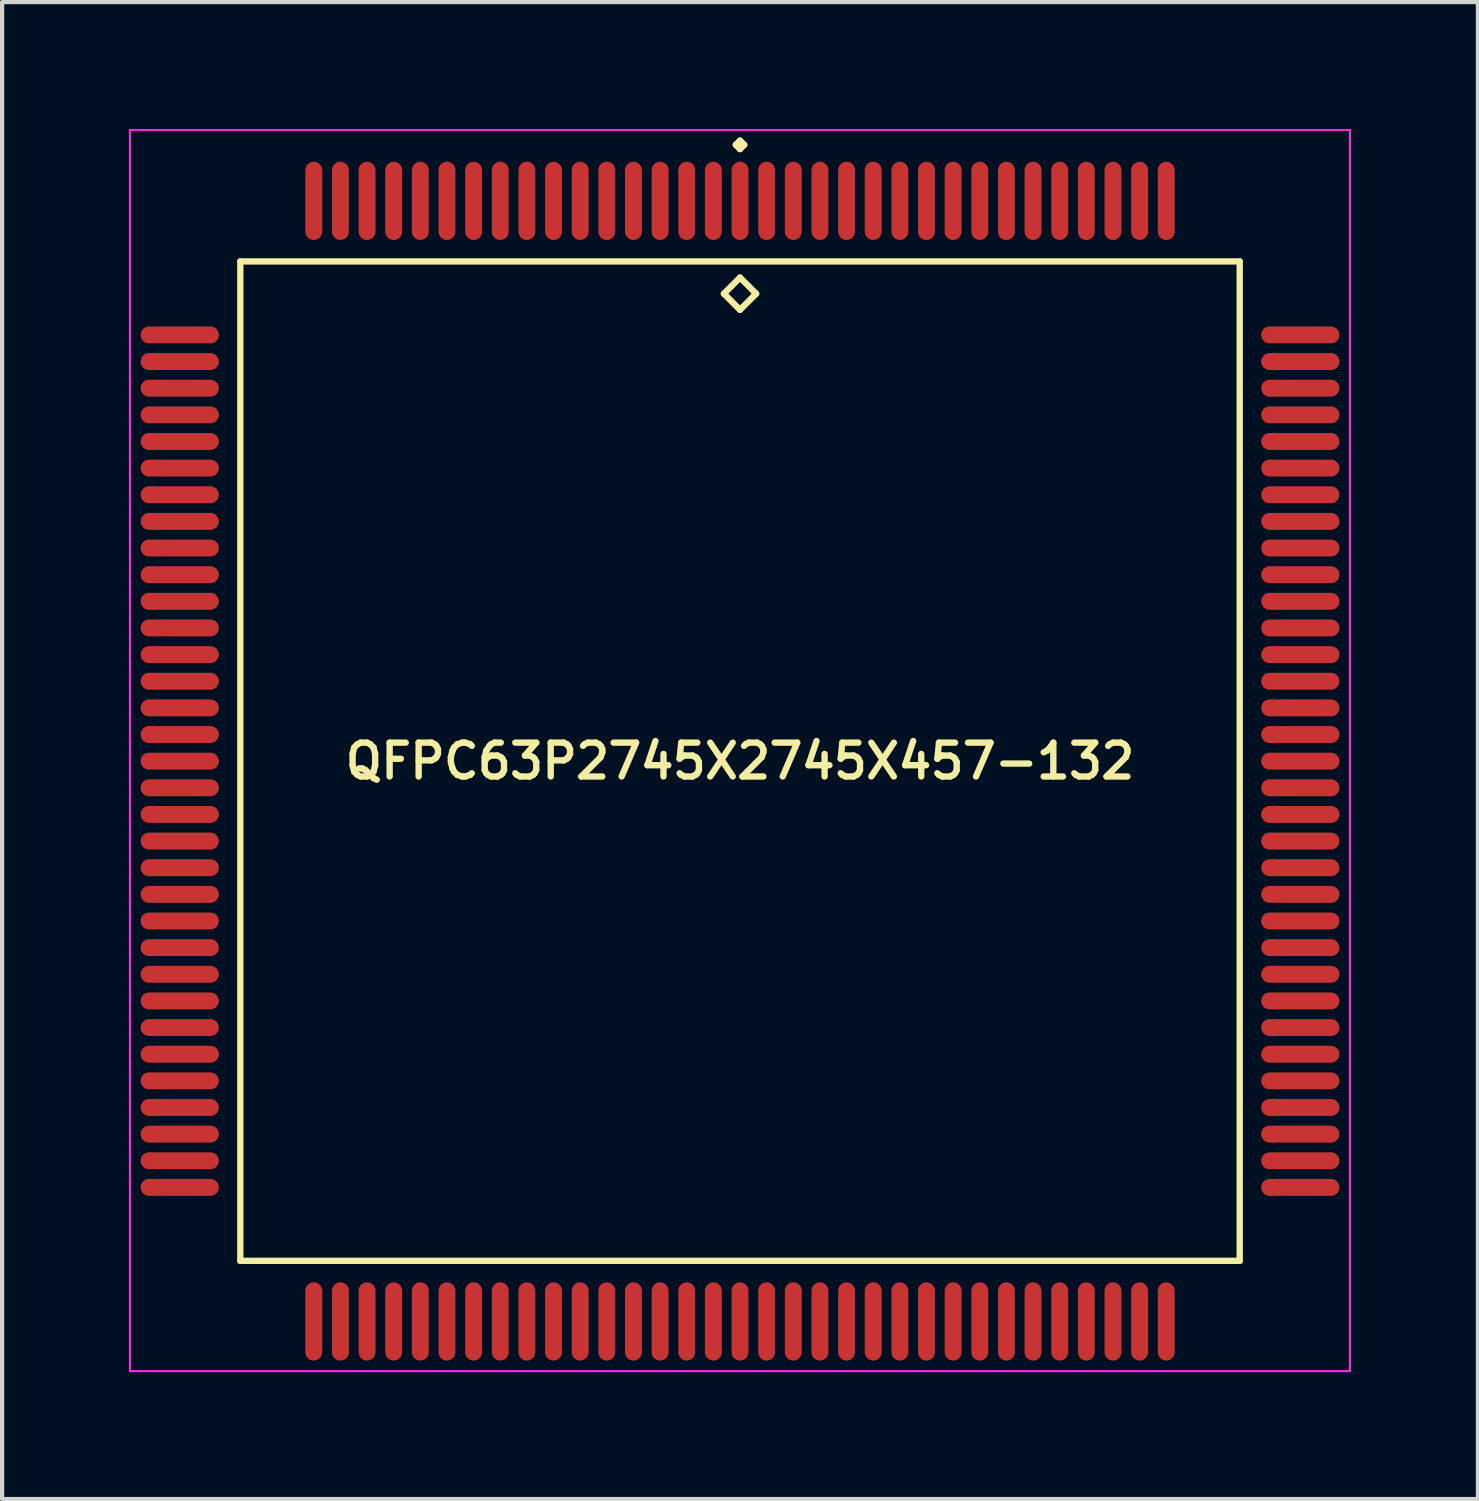
<source format=kicad_pcb>
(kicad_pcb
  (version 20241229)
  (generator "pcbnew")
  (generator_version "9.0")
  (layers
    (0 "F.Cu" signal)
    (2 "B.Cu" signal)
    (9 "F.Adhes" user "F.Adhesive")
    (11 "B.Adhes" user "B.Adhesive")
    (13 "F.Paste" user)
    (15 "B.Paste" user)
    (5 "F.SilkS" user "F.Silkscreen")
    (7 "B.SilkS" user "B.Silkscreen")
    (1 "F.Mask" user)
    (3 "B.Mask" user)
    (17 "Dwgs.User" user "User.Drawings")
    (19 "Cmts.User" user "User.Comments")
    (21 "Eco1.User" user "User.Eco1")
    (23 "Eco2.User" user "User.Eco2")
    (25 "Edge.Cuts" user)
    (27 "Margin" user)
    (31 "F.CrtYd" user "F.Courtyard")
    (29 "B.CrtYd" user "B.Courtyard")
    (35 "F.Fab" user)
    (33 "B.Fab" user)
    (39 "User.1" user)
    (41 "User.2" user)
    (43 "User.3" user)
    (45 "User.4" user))
  (footprint "QFPC63P2745X2745X457-132"
    (layer "F.Cu")
    (at 14.45 14.95)
    (property "Reference" "QFPC63P2745X2745X457-132" (at 0 0 0) (layer "F.SilkS") (effects (font (size 0.8 0.8) (thickness 0.15))))
    (attr smd)
    (fp_line (start -11.817 -11.817) (end -11.817 11.817) (stroke (width 0.15) (type solid)) (layer "F.SilkS"))
    (fp_line (start -11.817 11.817) (end 11.817 11.817) (stroke (width 0.15) (type solid)) (layer "F.SilkS"))
    (fp_line (start -0.381 -11.055) (end 0 -11.436) (stroke (width 0.15) (type solid)) (layer "F.SilkS"))
    (fp_line (start -0.1 -14.575) (end 0 -14.675) (stroke (width 0.15) (type solid)) (layer "F.SilkS"))
    (fp_line (start 0 -14.675) (end 0.1 -14.575) (stroke (width 0.15) (type solid)) (layer "F.SilkS"))
    (fp_line (start 0 -14.475) (end -0.1 -14.575) (stroke (width 0.15) (type solid)) (layer "F.SilkS"))
    (fp_line (start 0 -11.436) (end 0.381 -11.055) (stroke (width 0.15) (type solid)) (layer "F.SilkS"))
    (fp_line (start 0 -10.674) (end -0.381 -11.055) (stroke (width 0.15) (type solid)) (layer "F.SilkS"))
    (fp_line (start 0.1 -14.575) (end 0 -14.475) (stroke (width 0.15) (type solid)) (layer "F.SilkS"))
    (fp_line (start 0.381 -11.055) (end 0 -10.674) (stroke (width 0.15) (type solid)) (layer "F.SilkS"))
    (fp_line (start 11.817 -11.817) (end -11.817 -11.817) (stroke (width 0.15) (type solid)) (layer "F.SilkS"))
    (fp_line (start 11.817 11.817) (end 11.817 -11.817) (stroke (width 0.15) (type solid)) (layer "F.SilkS"))
    (fp_line (start -14.425 -14.925) (end 14.425 -14.925) (stroke (width 0.05) (type solid)) (layer "F.CrtYd"))
    (fp_line (start -14.425 14.425) (end -14.425 -14.925) (stroke (width 0.05) (type solid)) (layer "F.CrtYd"))
    (fp_line (start 14.425 -14.925) (end 14.425 14.425) (stroke (width 0.05) (type solid)) (layer "F.CrtYd"))
    (fp_line (start 14.425 14.425) (end -14.425 14.425) (stroke (width 0.05) (type solid)) (layer "F.CrtYd"))
    (pad "1" smd oval (at 0 -13.25) (size 0.4 1.85) (layers "F.Cu" "F.Mask" "F.Paste"))
    (pad "2" smd oval (at -0.63 -13.25) (size 0.4 1.85) (layers "F.Cu" "F.Mask" "F.Paste"))
    (pad "3" smd oval (at -1.26 -13.25) (size 0.4 1.85) (layers "F.Cu" "F.Mask" "F.Paste"))
    (pad "4" smd oval (at -1.89 -13.25) (size 0.4 1.85) (layers "F.Cu" "F.Mask" "F.Paste"))
    (pad "5" smd oval (at -2.52 -13.25) (size 0.4 1.85) (layers "F.Cu" "F.Mask" "F.Paste"))
    (pad "6" smd oval (at -3.15 -13.25) (size 0.4 1.85) (layers "F.Cu" "F.Mask" "F.Paste"))
    (pad "7" smd oval (at -3.78 -13.25) (size 0.4 1.85) (layers "F.Cu" "F.Mask" "F.Paste"))
    (pad "8" smd oval (at -4.41 -13.25) (size 0.4 1.85) (layers "F.Cu" "F.Mask" "F.Paste"))
    (pad "9" smd oval (at -5.04 -13.25) (size 0.4 1.85) (layers "F.Cu" "F.Mask" "F.Paste"))
    (pad "10" smd oval (at -5.67 -13.25) (size 0.4 1.85) (layers "F.Cu" "F.Mask" "F.Paste"))
    (pad "11" smd oval (at -6.3 -13.25) (size 0.4 1.85) (layers "F.Cu" "F.Mask" "F.Paste"))
    (pad "12" smd oval (at -6.93 -13.25) (size 0.4 1.85) (layers "F.Cu" "F.Mask" "F.Paste"))
    (pad "13" smd oval (at -7.56 -13.25) (size 0.4 1.85) (layers "F.Cu" "F.Mask" "F.Paste"))
    (pad "14" smd oval (at -8.19 -13.25) (size 0.4 1.85) (layers "F.Cu" "F.Mask" "F.Paste"))
    (pad "15" smd oval (at -8.82 -13.25) (size 0.4 1.85) (layers "F.Cu" "F.Mask" "F.Paste"))
    (pad "16" smd oval (at -9.45 -13.25) (size 0.4 1.85) (layers "F.Cu" "F.Mask" "F.Paste"))
    (pad "17" smd oval (at -10.08 -13.25) (size 0.4 1.85) (layers "F.Cu" "F.Mask" "F.Paste"))
    (pad "18" smd oval (at -13.25 -10.08) (size 1.85 0.4) (layers "F.Cu" "F.Mask" "F.Paste"))
    (pad "19" smd oval (at -13.25 -9.45) (size 1.85 0.4) (layers "F.Cu" "F.Mask" "F.Paste"))
    (pad "20" smd oval (at -13.25 -8.82) (size 1.85 0.4) (layers "F.Cu" "F.Mask" "F.Paste"))
    (pad "21" smd oval (at -13.25 -8.19) (size 1.85 0.4) (layers "F.Cu" "F.Mask" "F.Paste"))
    (pad "22" smd oval (at -13.25 -7.56) (size 1.85 0.4) (layers "F.Cu" "F.Mask" "F.Paste"))
    (pad "23" smd oval (at -13.25 -6.93) (size 1.85 0.4) (layers "F.Cu" "F.Mask" "F.Paste"))
    (pad "24" smd oval (at -13.25 -6.3) (size 1.85 0.4) (layers "F.Cu" "F.Mask" "F.Paste"))
    (pad "25" smd oval (at -13.25 -5.67) (size 1.85 0.4) (layers "F.Cu" "F.Mask" "F.Paste"))
    (pad "26" smd oval (at -13.25 -5.04) (size 1.85 0.4) (layers "F.Cu" "F.Mask" "F.Paste"))
    (pad "27" smd oval (at -13.25 -4.41) (size 1.85 0.4) (layers "F.Cu" "F.Mask" "F.Paste"))
    (pad "28" smd oval (at -13.25 -3.78) (size 1.85 0.4) (layers "F.Cu" "F.Mask" "F.Paste"))
    (pad "29" smd oval (at -13.25 -3.15) (size 1.85 0.4) (layers "F.Cu" "F.Mask" "F.Paste"))
    (pad "30" smd oval (at -13.25 -2.52) (size 1.85 0.4) (layers "F.Cu" "F.Mask" "F.Paste"))
    (pad "31" smd oval (at -13.25 -1.89) (size 1.85 0.4) (layers "F.Cu" "F.Mask" "F.Paste"))
    (pad "32" smd oval (at -13.25 -1.26) (size 1.85 0.4) (layers "F.Cu" "F.Mask" "F.Paste"))
    (pad "33" smd oval (at -13.25 -0.63) (size 1.85 0.4) (layers "F.Cu" "F.Mask" "F.Paste"))
    (pad "34" smd oval (at -13.25 0) (size 1.85 0.4) (layers "F.Cu" "F.Mask" "F.Paste"))
    (pad "35" smd oval (at -13.25 0.63) (size 1.85 0.4) (layers "F.Cu" "F.Mask" "F.Paste"))
    (pad "36" smd oval (at -13.25 1.26) (size 1.85 0.4) (layers "F.Cu" "F.Mask" "F.Paste"))
    (pad "37" smd oval (at -13.25 1.89) (size 1.85 0.4) (layers "F.Cu" "F.Mask" "F.Paste"))
    (pad "38" smd oval (at -13.25 2.52) (size 1.85 0.4) (layers "F.Cu" "F.Mask" "F.Paste"))
    (pad "39" smd oval (at -13.25 3.15) (size 1.85 0.4) (layers "F.Cu" "F.Mask" "F.Paste"))
    (pad "40" smd oval (at -13.25 3.78) (size 1.85 0.4) (layers "F.Cu" "F.Mask" "F.Paste"))
    (pad "41" smd oval (at -13.25 4.41) (size 1.85 0.4) (layers "F.Cu" "F.Mask" "F.Paste"))
    (pad "42" smd oval (at -13.25 5.04) (size 1.85 0.4) (layers "F.Cu" "F.Mask" "F.Paste"))
    (pad "43" smd oval (at -13.25 5.67) (size 1.85 0.4) (layers "F.Cu" "F.Mask" "F.Paste"))
    (pad "44" smd oval (at -13.25 6.3) (size 1.85 0.4) (layers "F.Cu" "F.Mask" "F.Paste"))
    (pad "45" smd oval (at -13.25 6.93) (size 1.85 0.4) (layers "F.Cu" "F.Mask" "F.Paste"))
    (pad "46" smd oval (at -13.25 7.56) (size 1.85 0.4) (layers "F.Cu" "F.Mask" "F.Paste"))
    (pad "47" smd oval (at -13.25 8.19) (size 1.85 0.4) (layers "F.Cu" "F.Mask" "F.Paste"))
    (pad "48" smd oval (at -13.25 8.82) (size 1.85 0.4) (layers "F.Cu" "F.Mask" "F.Paste"))
    (pad "49" smd oval (at -13.25 9.45) (size 1.85 0.4) (layers "F.Cu" "F.Mask" "F.Paste"))
    (pad "50" smd oval (at -13.25 10.08) (size 1.85 0.4) (layers "F.Cu" "F.Mask" "F.Paste"))
    (pad "51" smd oval (at -10.08 13.25) (size 0.4 1.85) (layers "F.Cu" "F.Mask" "F.Paste"))
    (pad "52" smd oval (at -9.45 13.25) (size 0.4 1.85) (layers "F.Cu" "F.Mask" "F.Paste"))
    (pad "53" smd oval (at -8.82 13.25) (size 0.4 1.85) (layers "F.Cu" "F.Mask" "F.Paste"))
    (pad "54" smd oval (at -8.19 13.25) (size 0.4 1.85) (layers "F.Cu" "F.Mask" "F.Paste"))
    (pad "55" smd oval (at -7.56 13.25) (size 0.4 1.85) (layers "F.Cu" "F.Mask" "F.Paste"))
    (pad "56" smd oval (at -6.93 13.25) (size 0.4 1.85) (layers "F.Cu" "F.Mask" "F.Paste"))
    (pad "57" smd oval (at -6.3 13.25) (size 0.4 1.85) (layers "F.Cu" "F.Mask" "F.Paste"))
    (pad "58" smd oval (at -5.67 13.25) (size 0.4 1.85) (layers "F.Cu" "F.Mask" "F.Paste"))
    (pad "59" smd oval (at -5.04 13.25) (size 0.4 1.85) (layers "F.Cu" "F.Mask" "F.Paste"))
    (pad "60" smd oval (at -4.41 13.25) (size 0.4 1.85) (layers "F.Cu" "F.Mask" "F.Paste"))
    (pad "61" smd oval (at -3.78 13.25) (size 0.4 1.85) (layers "F.Cu" "F.Mask" "F.Paste"))
    (pad "62" smd oval (at -3.15 13.25) (size 0.4 1.85) (layers "F.Cu" "F.Mask" "F.Paste"))
    (pad "63" smd oval (at -2.52 13.25) (size 0.4 1.85) (layers "F.Cu" "F.Mask" "F.Paste"))
    (pad "64" smd oval (at -1.89 13.25) (size 0.4 1.85) (layers "F.Cu" "F.Mask" "F.Paste"))
    (pad "65" smd oval (at -1.26 13.25) (size 0.4 1.85) (layers "F.Cu" "F.Mask" "F.Paste"))
    (pad "66" smd oval (at -0.63 13.25) (size 0.4 1.85) (layers "F.Cu" "F.Mask" "F.Paste"))
    (pad "67" smd oval (at 0 13.25) (size 0.4 1.85) (layers "F.Cu" "F.Mask" "F.Paste"))
    (pad "68" smd oval (at 0.63 13.25) (size 0.4 1.85) (layers "F.Cu" "F.Mask" "F.Paste"))
    (pad "69" smd oval (at 1.26 13.25) (size 0.4 1.85) (layers "F.Cu" "F.Mask" "F.Paste"))
    (pad "70" smd oval (at 1.89 13.25) (size 0.4 1.85) (layers "F.Cu" "F.Mask" "F.Paste"))
    (pad "71" smd oval (at 2.52 13.25) (size 0.4 1.85) (layers "F.Cu" "F.Mask" "F.Paste"))
    (pad "72" smd oval (at 3.15 13.25) (size 0.4 1.85) (layers "F.Cu" "F.Mask" "F.Paste"))
    (pad "73" smd oval (at 3.78 13.25) (size 0.4 1.85) (layers "F.Cu" "F.Mask" "F.Paste"))
    (pad "74" smd oval (at 4.41 13.25) (size 0.4 1.85) (layers "F.Cu" "F.Mask" "F.Paste"))
    (pad "75" smd oval (at 5.04 13.25) (size 0.4 1.85) (layers "F.Cu" "F.Mask" "F.Paste"))
    (pad "76" smd oval (at 5.67 13.25) (size 0.4 1.85) (layers "F.Cu" "F.Mask" "F.Paste"))
    (pad "77" smd oval (at 6.3 13.25) (size 0.4 1.85) (layers "F.Cu" "F.Mask" "F.Paste"))
    (pad "78" smd oval (at 6.93 13.25) (size 0.4 1.85) (layers "F.Cu" "F.Mask" "F.Paste"))
    (pad "79" smd oval (at 7.56 13.25) (size 0.4 1.85) (layers "F.Cu" "F.Mask" "F.Paste"))
    (pad "80" smd oval (at 8.19 13.25) (size 0.4 1.85) (layers "F.Cu" "F.Mask" "F.Paste"))
    (pad "81" smd oval (at 8.82 13.25) (size 0.4 1.85) (layers "F.Cu" "F.Mask" "F.Paste"))
    (pad "82" smd oval (at 9.45 13.25) (size 0.4 1.85) (layers "F.Cu" "F.Mask" "F.Paste"))
    (pad "83" smd oval (at 10.08 13.25) (size 0.4 1.85) (layers "F.Cu" "F.Mask" "F.Paste"))
    (pad "84" smd oval (at 13.25 10.08) (size 1.85 0.4) (layers "F.Cu" "F.Mask" "F.Paste"))
    (pad "85" smd oval (at 13.25 9.45) (size 1.85 0.4) (layers "F.Cu" "F.Mask" "F.Paste"))
    (pad "86" smd oval (at 13.25 8.82) (size 1.85 0.4) (layers "F.Cu" "F.Mask" "F.Paste"))
    (pad "87" smd oval (at 13.25 8.19) (size 1.85 0.4) (layers "F.Cu" "F.Mask" "F.Paste"))
    (pad "88" smd oval (at 13.25 7.56) (size 1.85 0.4) (layers "F.Cu" "F.Mask" "F.Paste"))
    (pad "89" smd oval (at 13.25 6.93) (size 1.85 0.4) (layers "F.Cu" "F.Mask" "F.Paste"))
    (pad "90" smd oval (at 13.25 6.3) (size 1.85 0.4) (layers "F.Cu" "F.Mask" "F.Paste"))
    (pad "91" smd oval (at 13.25 5.67) (size 1.85 0.4) (layers "F.Cu" "F.Mask" "F.Paste"))
    (pad "92" smd oval (at 13.25 5.04) (size 1.85 0.4) (layers "F.Cu" "F.Mask" "F.Paste"))
    (pad "93" smd oval (at 13.25 4.41) (size 1.85 0.4) (layers "F.Cu" "F.Mask" "F.Paste"))
    (pad "94" smd oval (at 13.25 3.78) (size 1.85 0.4) (layers "F.Cu" "F.Mask" "F.Paste"))
    (pad "95" smd oval (at 13.25 3.15) (size 1.85 0.4) (layers "F.Cu" "F.Mask" "F.Paste"))
    (pad "96" smd oval (at 13.25 2.52) (size 1.85 0.4) (layers "F.Cu" "F.Mask" "F.Paste"))
    (pad "97" smd oval (at 13.25 1.89) (size 1.85 0.4) (layers "F.Cu" "F.Mask" "F.Paste"))
    (pad "98" smd oval (at 13.25 1.26) (size 1.85 0.4) (layers "F.Cu" "F.Mask" "F.Paste"))
    (pad "99" smd oval (at 13.25 0.63) (size 1.85 0.4) (layers "F.Cu" "F.Mask" "F.Paste"))
    (pad "100" smd oval (at 13.25 0) (size 1.85 0.4) (layers "F.Cu" "F.Mask" "F.Paste"))
    (pad "101" smd oval (at 13.25 -0.63) (size 1.85 0.4) (layers "F.Cu" "F.Mask" "F.Paste"))
    (pad "102" smd oval (at 13.25 -1.26) (size 1.85 0.4) (layers "F.Cu" "F.Mask" "F.Paste"))
    (pad "103" smd oval (at 13.25 -1.89) (size 1.85 0.4) (layers "F.Cu" "F.Mask" "F.Paste"))
    (pad "104" smd oval (at 13.25 -2.52) (size 1.85 0.4) (layers "F.Cu" "F.Mask" "F.Paste"))
    (pad "105" smd oval (at 13.25 -3.15) (size 1.85 0.4) (layers "F.Cu" "F.Mask" "F.Paste"))
    (pad "106" smd oval (at 13.25 -3.78) (size 1.85 0.4) (layers "F.Cu" "F.Mask" "F.Paste"))
    (pad "107" smd oval (at 13.25 -4.41) (size 1.85 0.4) (layers "F.Cu" "F.Mask" "F.Paste"))
    (pad "108" smd oval (at 13.25 -5.04) (size 1.85 0.4) (layers "F.Cu" "F.Mask" "F.Paste"))
    (pad "109" smd oval (at 13.25 -5.67) (size 1.85 0.4) (layers "F.Cu" "F.Mask" "F.Paste"))
    (pad "110" smd oval (at 13.25 -6.3) (size 1.85 0.4) (layers "F.Cu" "F.Mask" "F.Paste"))
    (pad "111" smd oval (at 13.25 -6.93) (size 1.85 0.4) (layers "F.Cu" "F.Mask" "F.Paste"))
    (pad "112" smd oval (at 13.25 -7.56) (size 1.85 0.4) (layers "F.Cu" "F.Mask" "F.Paste"))
    (pad "113" smd oval (at 13.25 -8.19) (size 1.85 0.4) (layers "F.Cu" "F.Mask" "F.Paste"))
    (pad "114" smd oval (at 13.25 -8.82) (size 1.85 0.4) (layers "F.Cu" "F.Mask" "F.Paste"))
    (pad "115" smd oval (at 13.25 -9.45) (size 1.85 0.4) (layers "F.Cu" "F.Mask" "F.Paste"))
    (pad "116" smd oval (at 13.25 -10.08) (size 1.85 0.4) (layers "F.Cu" "F.Mask" "F.Paste"))
    (pad "117" smd oval (at 10.08 -13.25) (size 0.4 1.85) (layers "F.Cu" "F.Mask" "F.Paste"))
    (pad "118" smd oval (at 9.45 -13.25) (size 0.4 1.85) (layers "F.Cu" "F.Mask" "F.Paste"))
    (pad "119" smd oval (at 8.82 -13.25) (size 0.4 1.85) (layers "F.Cu" "F.Mask" "F.Paste"))
    (pad "120" smd oval (at 8.19 -13.25) (size 0.4 1.85) (layers "F.Cu" "F.Mask" "F.Paste"))
    (pad "121" smd oval (at 7.56 -13.25) (size 0.4 1.85) (layers "F.Cu" "F.Mask" "F.Paste"))
    (pad "122" smd oval (at 6.93 -13.25) (size 0.4 1.85) (layers "F.Cu" "F.Mask" "F.Paste"))
    (pad "123" smd oval (at 6.3 -13.25) (size 0.4 1.85) (layers "F.Cu" "F.Mask" "F.Paste"))
    (pad "124" smd oval (at 5.67 -13.25) (size 0.4 1.85) (layers "F.Cu" "F.Mask" "F.Paste"))
    (pad "125" smd oval (at 5.04 -13.25) (size 0.4 1.85) (layers "F.Cu" "F.Mask" "F.Paste"))
    (pad "126" smd oval (at 4.41 -13.25) (size 0.4 1.85) (layers "F.Cu" "F.Mask" "F.Paste"))
    (pad "127" smd oval (at 3.78 -13.25) (size 0.4 1.85) (layers "F.Cu" "F.Mask" "F.Paste"))
    (pad "128" smd oval (at 3.15 -13.25) (size 0.4 1.85) (layers "F.Cu" "F.Mask" "F.Paste"))
    (pad "129" smd oval (at 2.52 -13.25) (size 0.4 1.85) (layers "F.Cu" "F.Mask" "F.Paste"))
    (pad "130" smd oval (at 1.89 -13.25) (size 0.4 1.85) (layers "F.Cu" "F.Mask" "F.Paste"))
    (pad "131" smd oval (at 1.26 -13.25) (size 0.4 1.85) (layers "F.Cu" "F.Mask" "F.Paste"))
    (pad "132" smd oval (at 0.63 -13.25) (size 0.4 1.85) (layers "F.Cu" "F.Mask" "F.Paste")))
  (gr_rect
    (start -3 -3)
    (end 31.9 32.4)
    (stroke (width 0.1) (type default))
    (fill no)
    (layer "Edge.Cuts")))
</source>
